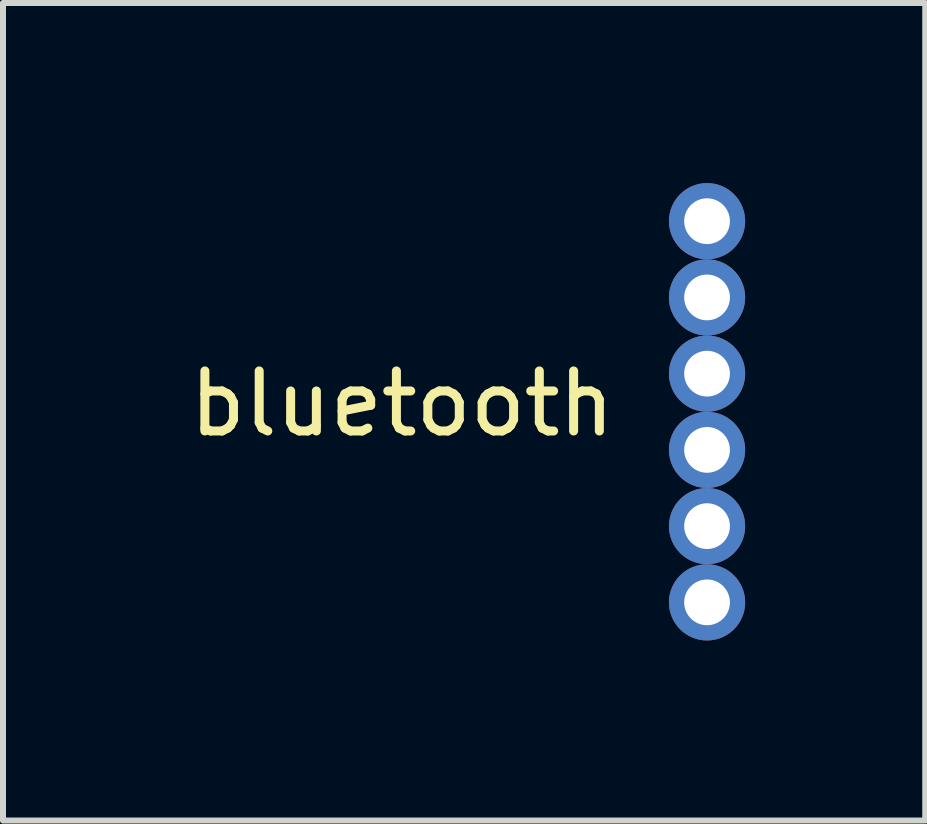
<source format=kicad_pcb>
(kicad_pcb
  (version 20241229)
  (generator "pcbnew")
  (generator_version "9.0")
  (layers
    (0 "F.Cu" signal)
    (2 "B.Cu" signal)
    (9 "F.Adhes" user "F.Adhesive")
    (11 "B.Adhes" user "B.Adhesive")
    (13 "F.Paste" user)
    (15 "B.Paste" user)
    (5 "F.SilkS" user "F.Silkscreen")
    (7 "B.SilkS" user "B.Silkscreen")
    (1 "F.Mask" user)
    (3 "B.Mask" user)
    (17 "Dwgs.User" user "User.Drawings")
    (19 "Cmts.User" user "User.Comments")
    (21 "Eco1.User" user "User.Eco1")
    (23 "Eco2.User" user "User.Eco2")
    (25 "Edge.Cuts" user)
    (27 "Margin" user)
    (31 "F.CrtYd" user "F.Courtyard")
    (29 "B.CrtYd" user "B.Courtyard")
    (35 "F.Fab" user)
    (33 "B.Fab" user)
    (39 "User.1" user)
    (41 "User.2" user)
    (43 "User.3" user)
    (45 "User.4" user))
  (footprint "bluetooth"
    (layer "F.Cu")
    (at 3.649 3.175)
    (property "Reference" "bluetooth" (at 0 0.5 0) (layer "F.SilkS") (effects (font (size 1 1) (thickness 0.15))))
    (attr through_hole)
    (pad "GND" thru_hole circle (at 5.08 0) (size 1.27 1.27) (drill 0.762) (layers "*.Cu" "*.Mask"))
    (pad "KEY" thru_hole circle (at 5.08 -2.54) (size 1.27 1.27) (drill 0.762) (layers "*.Cu" "*.Mask"))
    (pad "RXD" thru_hole circle (at 5.08 2.54) (size 1.27 1.27) (drill 0.762) (layers "*.Cu" "*.Mask"))
    (pad "TXD" thru_hole circle (at 5.08 1.27) (size 1.27 1.27) (drill 0.762) (layers "*.Cu" "*.Mask"))
    (pad "VCC" thru_hole circle (at 5.08 -1.27) (size 1.27 1.27) (drill 0.762) (layers "*.Cu" "*.Mask"))
    (pad "state" thru_hole circle (at 5.08 3.81) (size 1.27 1.27) (drill 0.762) (layers "*.Cu" "*.Mask")))
  (gr_rect
    (start -3 -3)
    (end 12.364 10.62)
    (stroke (width 0.1) (type default))
    (fill no)
    (layer "Edge.Cuts")))
</source>
